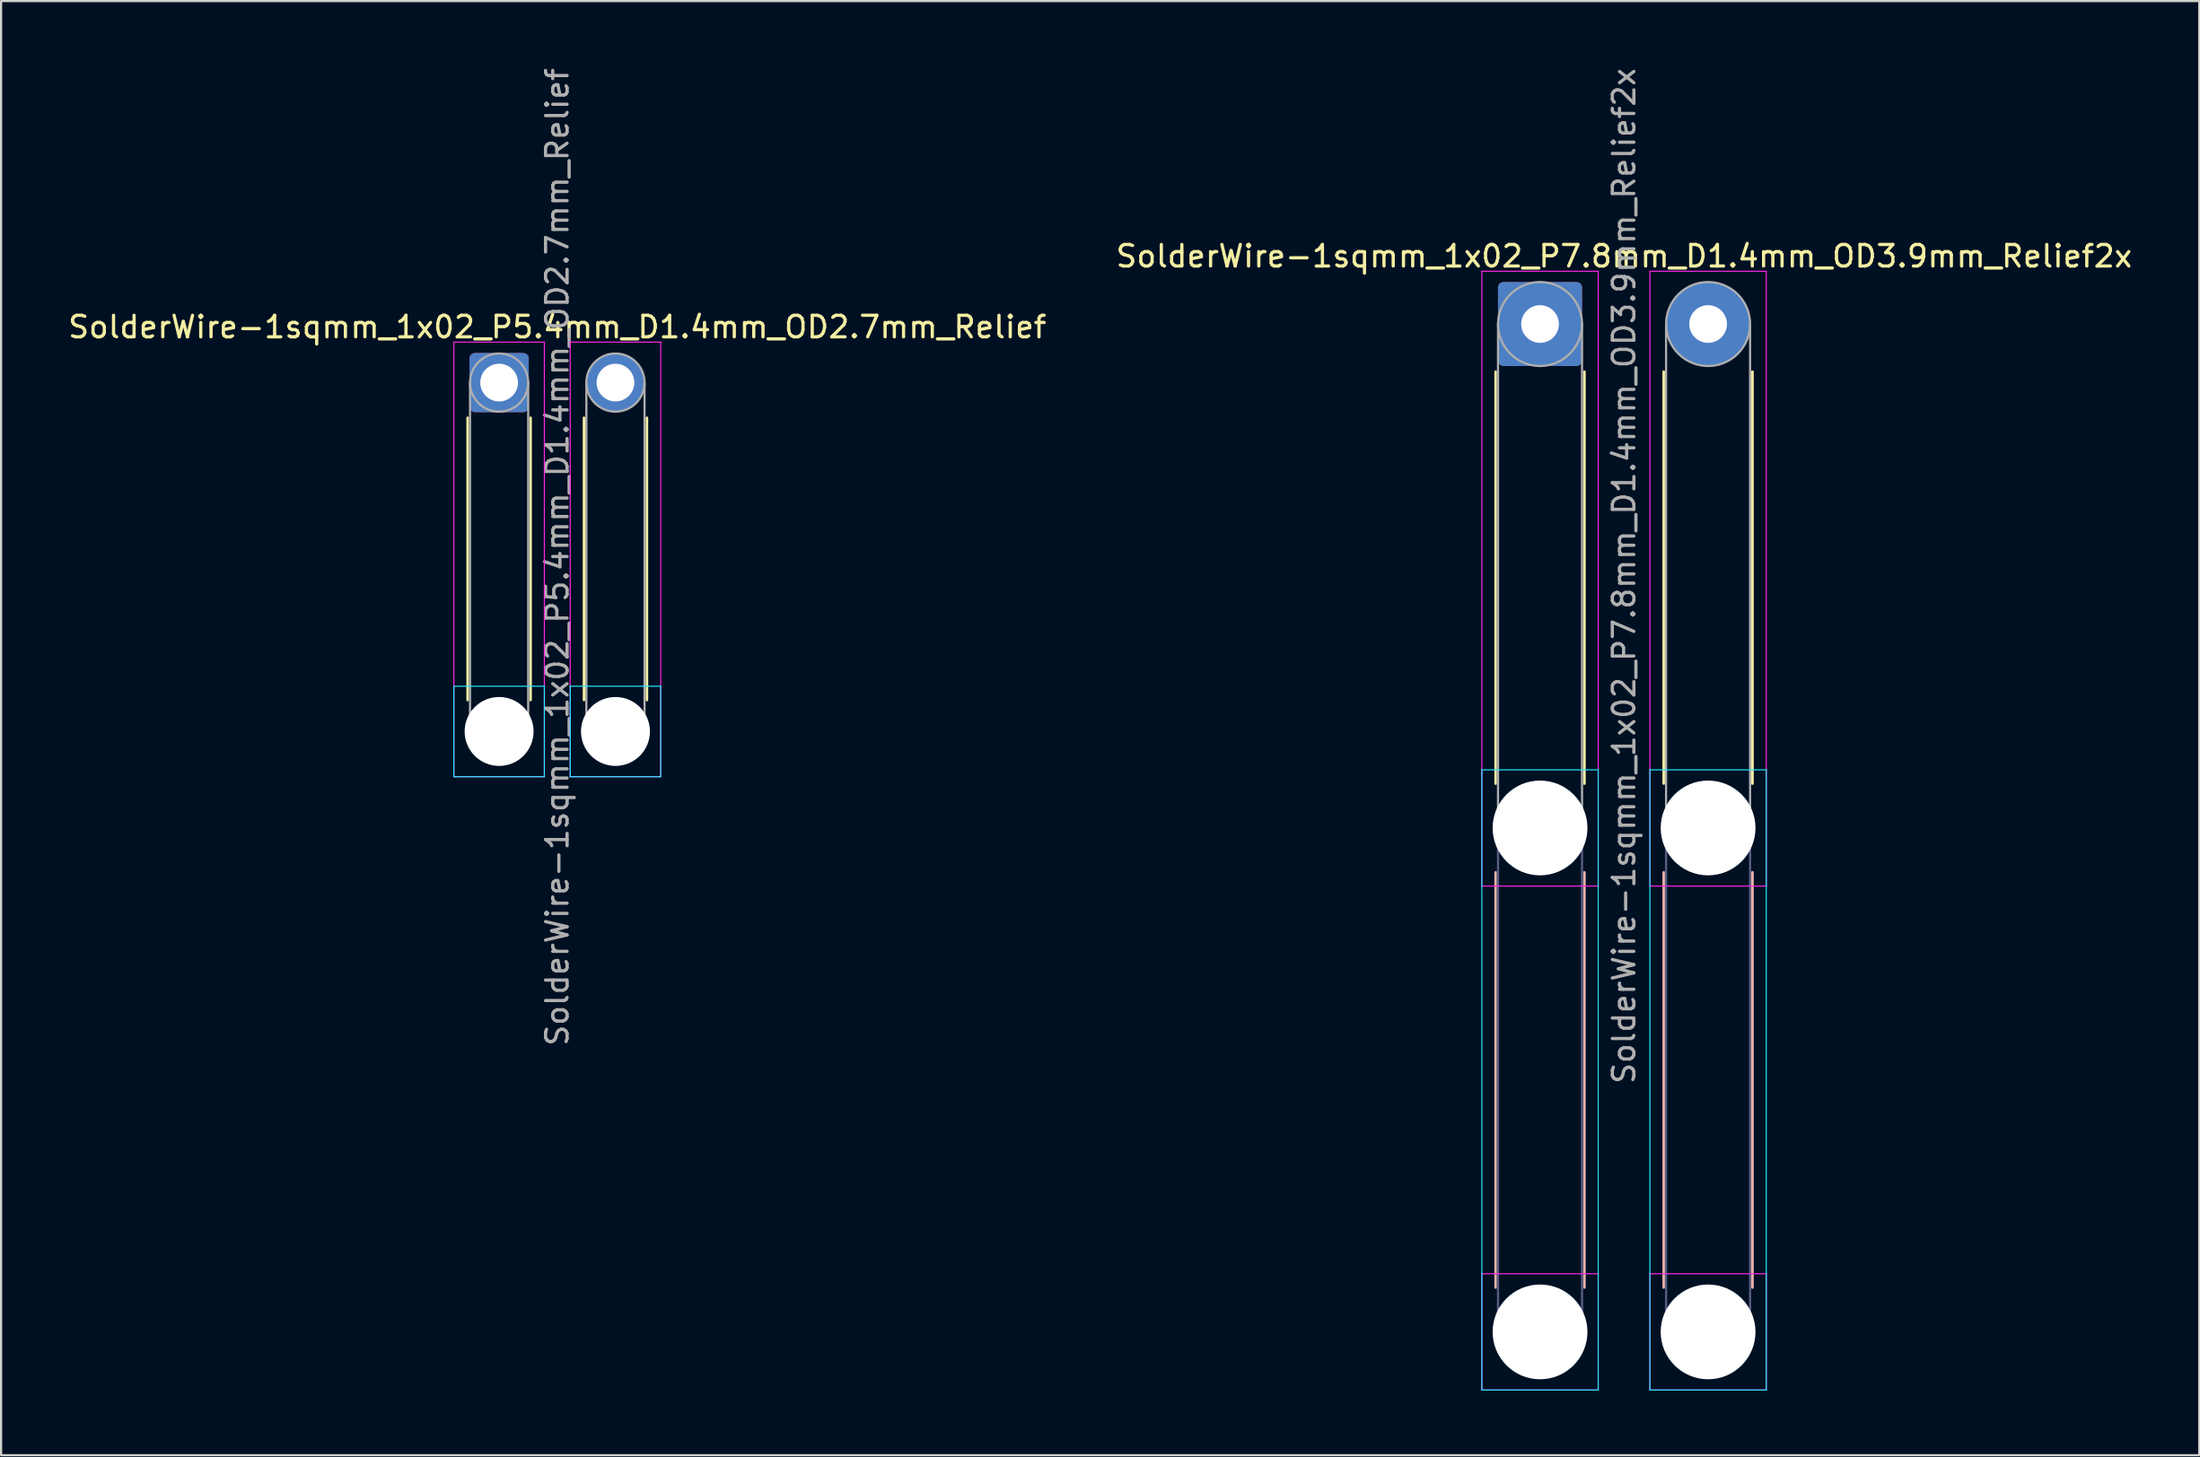
<source format=kicad_pcb>
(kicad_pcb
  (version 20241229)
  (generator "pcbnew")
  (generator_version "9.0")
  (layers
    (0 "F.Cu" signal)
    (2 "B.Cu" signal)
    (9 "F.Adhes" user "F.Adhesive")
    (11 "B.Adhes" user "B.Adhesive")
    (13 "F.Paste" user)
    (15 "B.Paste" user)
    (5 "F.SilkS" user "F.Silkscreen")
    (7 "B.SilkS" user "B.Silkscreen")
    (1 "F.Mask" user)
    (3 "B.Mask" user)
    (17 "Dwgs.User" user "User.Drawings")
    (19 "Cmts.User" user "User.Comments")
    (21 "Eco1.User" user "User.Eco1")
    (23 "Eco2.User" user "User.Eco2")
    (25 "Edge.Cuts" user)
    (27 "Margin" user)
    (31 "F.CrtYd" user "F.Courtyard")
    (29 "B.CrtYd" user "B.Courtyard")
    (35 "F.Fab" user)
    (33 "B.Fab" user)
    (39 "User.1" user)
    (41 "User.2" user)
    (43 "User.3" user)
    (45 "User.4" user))
  (footprint "SolderWire-1sqmm_1x02_P5.4mm_D1.4mm_OD2.7mm_Relief"
    (layer "F.Cu")
    (at 20.115 14.715)
    (property "Reference" "SolderWire-1sqmm_1x02_P5.4mm_D1.4mm_OD2.7mm_Relief" (at 2.7 -2.58 0) (layer "F.SilkS") (effects (font (size 1 1) (thickness 0.15))))
    (attr exclude_from_pos_files exclude_from_bom)
    (fp_line (start -1.46 1.635) (end -1.46 14.74) (stroke (width 0.12) (type solid)) (layer "F.SilkS"))
    (fp_line (start 1.46 1.635) (end 1.46 14.74) (stroke (width 0.12) (type solid)) (layer "F.SilkS"))
    (fp_line (start 3.94 1.635) (end 3.94 14.74) (stroke (width 0.12) (type solid)) (layer "F.SilkS"))
    (fp_line (start 6.86 1.635) (end 6.86 14.74) (stroke (width 0.12) (type solid)) (layer "F.SilkS"))
    (fp_line (start -2.1 14.1) (end -2.1 18.3) (stroke (width 0.05) (type solid)) (layer "B.CrtYd"))
    (fp_line (start -2.1 18.3) (end 2.1 18.3) (stroke (width 0.05) (type solid)) (layer "B.CrtYd"))
    (fp_line (start 2.1 14.1) (end -2.1 14.1) (stroke (width 0.05) (type solid)) (layer "B.CrtYd"))
    (fp_line (start 2.1 18.3) (end 2.1 14.1) (stroke (width 0.05) (type solid)) (layer "B.CrtYd"))
    (fp_line (start 3.3 14.1) (end 3.3 18.3) (stroke (width 0.05) (type solid)) (layer "B.CrtYd"))
    (fp_line (start 3.3 18.3) (end 7.5 18.3) (stroke (width 0.05) (type solid)) (layer "B.CrtYd"))
    (fp_line (start 7.5 14.1) (end 3.3 14.1) (stroke (width 0.05) (type solid)) (layer "B.CrtYd"))
    (fp_line (start 7.5 18.3) (end 7.5 14.1) (stroke (width 0.05) (type solid)) (layer "B.CrtYd"))
    (fp_line (start -2.1 -1.88) (end -2.1 18.3) (stroke (width 0.05) (type solid)) (layer "F.CrtYd"))
    (fp_line (start -2.1 18.3) (end 2.1 18.3) (stroke (width 0.05) (type solid)) (layer "F.CrtYd"))
    (fp_line (start 2.1 -1.88) (end -2.1 -1.88) (stroke (width 0.05) (type solid)) (layer "F.CrtYd"))
    (fp_line (start 2.1 18.3) (end 2.1 -1.88) (stroke (width 0.05) (type solid)) (layer "F.CrtYd"))
    (fp_line (start 3.3 -1.88) (end 3.3 18.3) (stroke (width 0.05) (type solid)) (layer "F.CrtYd"))
    (fp_line (start 3.3 18.3) (end 7.5 18.3) (stroke (width 0.05) (type solid)) (layer "F.CrtYd"))
    (fp_line (start 7.5 -1.88) (end 3.3 -1.88) (stroke (width 0.05) (type solid)) (layer "F.CrtYd"))
    (fp_line (start 7.5 18.3) (end 7.5 -1.88) (stroke (width 0.05) (type solid)) (layer "F.CrtYd"))
    (fp_line (start -1.35 0) (end -1.35 16.2) (stroke (width 0.1) (type solid)) (layer "F.Fab"))
    (fp_line (start 1.35 0) (end 1.35 16.2) (stroke (width 0.1) (type solid)) (layer "F.Fab"))
    (fp_line (start 4.05 0) (end 4.05 16.2) (stroke (width 0.1) (type solid)) (layer "F.Fab"))
    (fp_line (start 6.75 0) (end 6.75 16.2) (stroke (width 0.1) (type solid)) (layer "F.Fab"))
    (fp_circle (center 0 0) (end 1.35 0) (stroke (width 0.1) (type solid)) (fill no) (layer "F.Fab"))
    (fp_circle (center 0 16.2) (end 1.35 16.2) (stroke (width 0.1) (type solid)) (fill no) (layer "F.Fab"))
    (fp_circle (center 5.4 0) (end 6.75 0) (stroke (width 0.1) (type solid)) (fill no) (layer "F.Fab"))
    (fp_circle (center 5.4 16.2) (end 6.75 16.2) (stroke (width 0.1) (type solid)) (fill no) (layer "F.Fab"))
    (fp_text user "${REFERENCE}" (at 2.7 8.1 90) (layer "F.Fab") (effects (font (size 1 1) (thickness 0.15))))
    (pad "" np_thru_hole circle (at 0 16.2) (size 3.2 3.2) (drill 3.2) (layers "*.Cu" "*.Mask"))
    (pad "" np_thru_hole circle (at 5.4 16.2) (size 3.2 3.2) (drill 3.2) (layers "*.Cu" "*.Mask"))
    (pad "1" thru_hole roundrect (at 0 0) (size 2.75 2.75) (drill 1.75) (layers "*.Cu" "*.Mask") (roundrect_rratio 0.091))
    (pad "2" thru_hole circle (at 5.4 0) (size 2.75 2.75) (drill 1.75) (layers "*.Cu" "*.Mask")))
  (footprint "SolderWire-1sqmm_1x02_P7.8mm_D1.4mm_OD3.9mm_Relief2x"
    (layer "F.Cu")
    (at 68.427 11.996)
    (property "Reference" "SolderWire-1sqmm_1x02_P7.8mm_D1.4mm_OD3.9mm_Relief2x" (at 3.9 -3.15 0) (layer "F.SilkS") (effects (font (size 1 1) (thickness 0.15))))
    (attr exclude_from_pos_files exclude_from_bom)
    (fp_line (start -2.06 2.21) (end -2.06 21.34) (stroke (width 0.12) (type solid)) (layer "F.SilkS"))
    (fp_line (start 2.06 2.21) (end 2.06 21.34) (stroke (width 0.12) (type solid)) (layer "F.SilkS"))
    (fp_line (start 5.74 2.21) (end 5.74 21.34) (stroke (width 0.12) (type solid)) (layer "F.SilkS"))
    (fp_line (start 9.86 2.21) (end 9.86 21.34) (stroke (width 0.12) (type solid)) (layer "F.SilkS"))
    (fp_line (start -2.06 25.46) (end -2.06 44.74) (stroke (width 0.12) (type solid)) (layer "B.SilkS"))
    (fp_line (start 2.06 25.46) (end 2.06 44.74) (stroke (width 0.12) (type solid)) (layer "B.SilkS"))
    (fp_line (start 5.74 25.46) (end 5.74 44.74) (stroke (width 0.12) (type solid)) (layer "B.SilkS"))
    (fp_line (start 9.86 25.46) (end 9.86 44.74) (stroke (width 0.12) (type solid)) (layer "B.SilkS"))
    (fp_line (start -2.7 20.7) (end -2.7 49.5) (stroke (width 0.05) (type solid)) (layer "B.CrtYd"))
    (fp_line (start -2.7 49.5) (end 2.7 49.5) (stroke (width 0.05) (type solid)) (layer "B.CrtYd"))
    (fp_line (start 2.7 20.7) (end -2.7 20.7) (stroke (width 0.05) (type solid)) (layer "B.CrtYd"))
    (fp_line (start 2.7 49.5) (end 2.7 20.7) (stroke (width 0.05) (type solid)) (layer "B.CrtYd"))
    (fp_line (start 5.1 20.7) (end 5.1 49.5) (stroke (width 0.05) (type solid)) (layer "B.CrtYd"))
    (fp_line (start 5.1 49.5) (end 10.5 49.5) (stroke (width 0.05) (type solid)) (layer "B.CrtYd"))
    (fp_line (start 10.5 20.7) (end 5.1 20.7) (stroke (width 0.05) (type solid)) (layer "B.CrtYd"))
    (fp_line (start 10.5 49.5) (end 10.5 20.7) (stroke (width 0.05) (type solid)) (layer "B.CrtYd"))
    (fp_line (start -2.7 -2.45) (end -2.7 26.1) (stroke (width 0.05) (type solid)) (layer "F.CrtYd"))
    (fp_line (start -2.7 26.1) (end 2.7 26.1) (stroke (width 0.05) (type solid)) (layer "F.CrtYd"))
    (fp_line (start -2.7 44.1) (end -2.7 49.5) (stroke (width 0.05) (type solid)) (layer "F.CrtYd"))
    (fp_line (start -2.7 49.5) (end 2.7 49.5) (stroke (width 0.05) (type solid)) (layer "F.CrtYd"))
    (fp_line (start 2.7 -2.45) (end -2.7 -2.45) (stroke (width 0.05) (type solid)) (layer "F.CrtYd"))
    (fp_line (start 2.7 26.1) (end 2.7 -2.45) (stroke (width 0.05) (type solid)) (layer "F.CrtYd"))
    (fp_line (start 2.7 44.1) (end -2.7 44.1) (stroke (width 0.05) (type solid)) (layer "F.CrtYd"))
    (fp_line (start 2.7 49.5) (end 2.7 44.1) (stroke (width 0.05) (type solid)) (layer "F.CrtYd"))
    (fp_line (start 5.1 -2.45) (end 5.1 26.1) (stroke (width 0.05) (type solid)) (layer "F.CrtYd"))
    (fp_line (start 5.1 26.1) (end 10.5 26.1) (stroke (width 0.05) (type solid)) (layer "F.CrtYd"))
    (fp_line (start 5.1 44.1) (end 5.1 49.5) (stroke (width 0.05) (type solid)) (layer "F.CrtYd"))
    (fp_line (start 5.1 49.5) (end 10.5 49.5) (stroke (width 0.05) (type solid)) (layer "F.CrtYd"))
    (fp_line (start 10.5 -2.45) (end 5.1 -2.45) (stroke (width 0.05) (type solid)) (layer "F.CrtYd"))
    (fp_line (start 10.5 26.1) (end 10.5 -2.45) (stroke (width 0.05) (type solid)) (layer "F.CrtYd"))
    (fp_line (start 10.5 44.1) (end 5.1 44.1) (stroke (width 0.05) (type solid)) (layer "F.CrtYd"))
    (fp_line (start 10.5 49.5) (end 10.5 44.1) (stroke (width 0.05) (type solid)) (layer "F.CrtYd"))
    (fp_line (start -1.95 23.4) (end -1.95 46.8) (stroke (width 0.1) (type solid)) (layer "B.Fab"))
    (fp_line (start 1.95 23.4) (end 1.95 46.8) (stroke (width 0.1) (type solid)) (layer "B.Fab"))
    (fp_line (start 5.85 23.4) (end 5.85 46.8) (stroke (width 0.1) (type solid)) (layer "B.Fab"))
    (fp_line (start 9.75 23.4) (end 9.75 46.8) (stroke (width 0.1) (type solid)) (layer "B.Fab"))
    (fp_circle (center 0 23.4) (end 1.95 23.4) (stroke (width 0.1) (type solid)) (fill no) (layer "B.Fab"))
    (fp_circle (center 0 46.8) (end 1.95 46.8) (stroke (width 0.1) (type solid)) (fill no) (layer "B.Fab"))
    (fp_circle (center 7.8 23.4) (end 9.75 23.4) (stroke (width 0.1) (type solid)) (fill no) (layer "B.Fab"))
    (fp_circle (center 7.8 46.8) (end 9.75 46.8) (stroke (width 0.1) (type solid)) (fill no) (layer "B.Fab"))
    (fp_line (start -1.95 0) (end -1.95 23.4) (stroke (width 0.1) (type solid)) (layer "F.Fab"))
    (fp_line (start 1.95 0) (end 1.95 23.4) (stroke (width 0.1) (type solid)) (layer "F.Fab"))
    (fp_line (start 5.85 0) (end 5.85 23.4) (stroke (width 0.1) (type solid)) (layer "F.Fab"))
    (fp_line (start 9.75 0) (end 9.75 23.4) (stroke (width 0.1) (type solid)) (layer "F.Fab"))
    (fp_circle (center 0 0) (end 1.95 0) (stroke (width 0.1) (type solid)) (fill no) (layer "F.Fab"))
    (fp_circle (center 0 23.4) (end 1.95 23.4) (stroke (width 0.1) (type solid)) (fill no) (layer "F.Fab"))
    (fp_circle (center 0 46.8) (end 1.95 46.8) (stroke (width 0.1) (type solid)) (fill no) (layer "F.Fab"))
    (fp_circle (center 7.8 0) (end 9.75 0) (stroke (width 0.1) (type solid)) (fill no) (layer "F.Fab"))
    (fp_circle (center 7.8 23.4) (end 9.75 23.4) (stroke (width 0.1) (type solid)) (fill no) (layer "F.Fab"))
    (fp_circle (center 7.8 46.8) (end 9.75 46.8) (stroke (width 0.1) (type solid)) (fill no) (layer "F.Fab"))
    (fp_text user "${REFERENCE}" (at 3.9 11.7 90) (layer "F.Fab") (effects (font (size 1 1) (thickness 0.15))))
    (pad "" np_thru_hole circle (at 0 23.4) (size 4.4 4.4) (drill 4.4) (layers "*.Cu" "*.Mask"))
    (pad "" np_thru_hole circle (at 0 46.8) (size 4.4 4.4) (drill 4.4) (layers "*.Cu" "*.Mask"))
    (pad "" np_thru_hole circle (at 7.8 23.4) (size 4.4 4.4) (drill 4.4) (layers "*.Cu" "*.Mask"))
    (pad "" np_thru_hole circle (at 7.8 46.8) (size 4.4 4.4) (drill 4.4) (layers "*.Cu" "*.Mask"))
    (pad "1" thru_hole roundrect (at 0 0) (size 3.9 3.9) (drill 1.75) (layers "*.Cu" "*.Mask") (roundrect_rratio 0.064))
    (pad "2" thru_hole circle (at 7.8 0) (size 3.9 3.9) (drill 1.75) (layers "*.Cu" "*.Mask")))
  (gr_rect
    (start -3 -3)
    (end 99.024 64.521)
    (stroke (width 0.1) (type default))
    (fill no)
    (layer "Edge.Cuts")))
</source>
